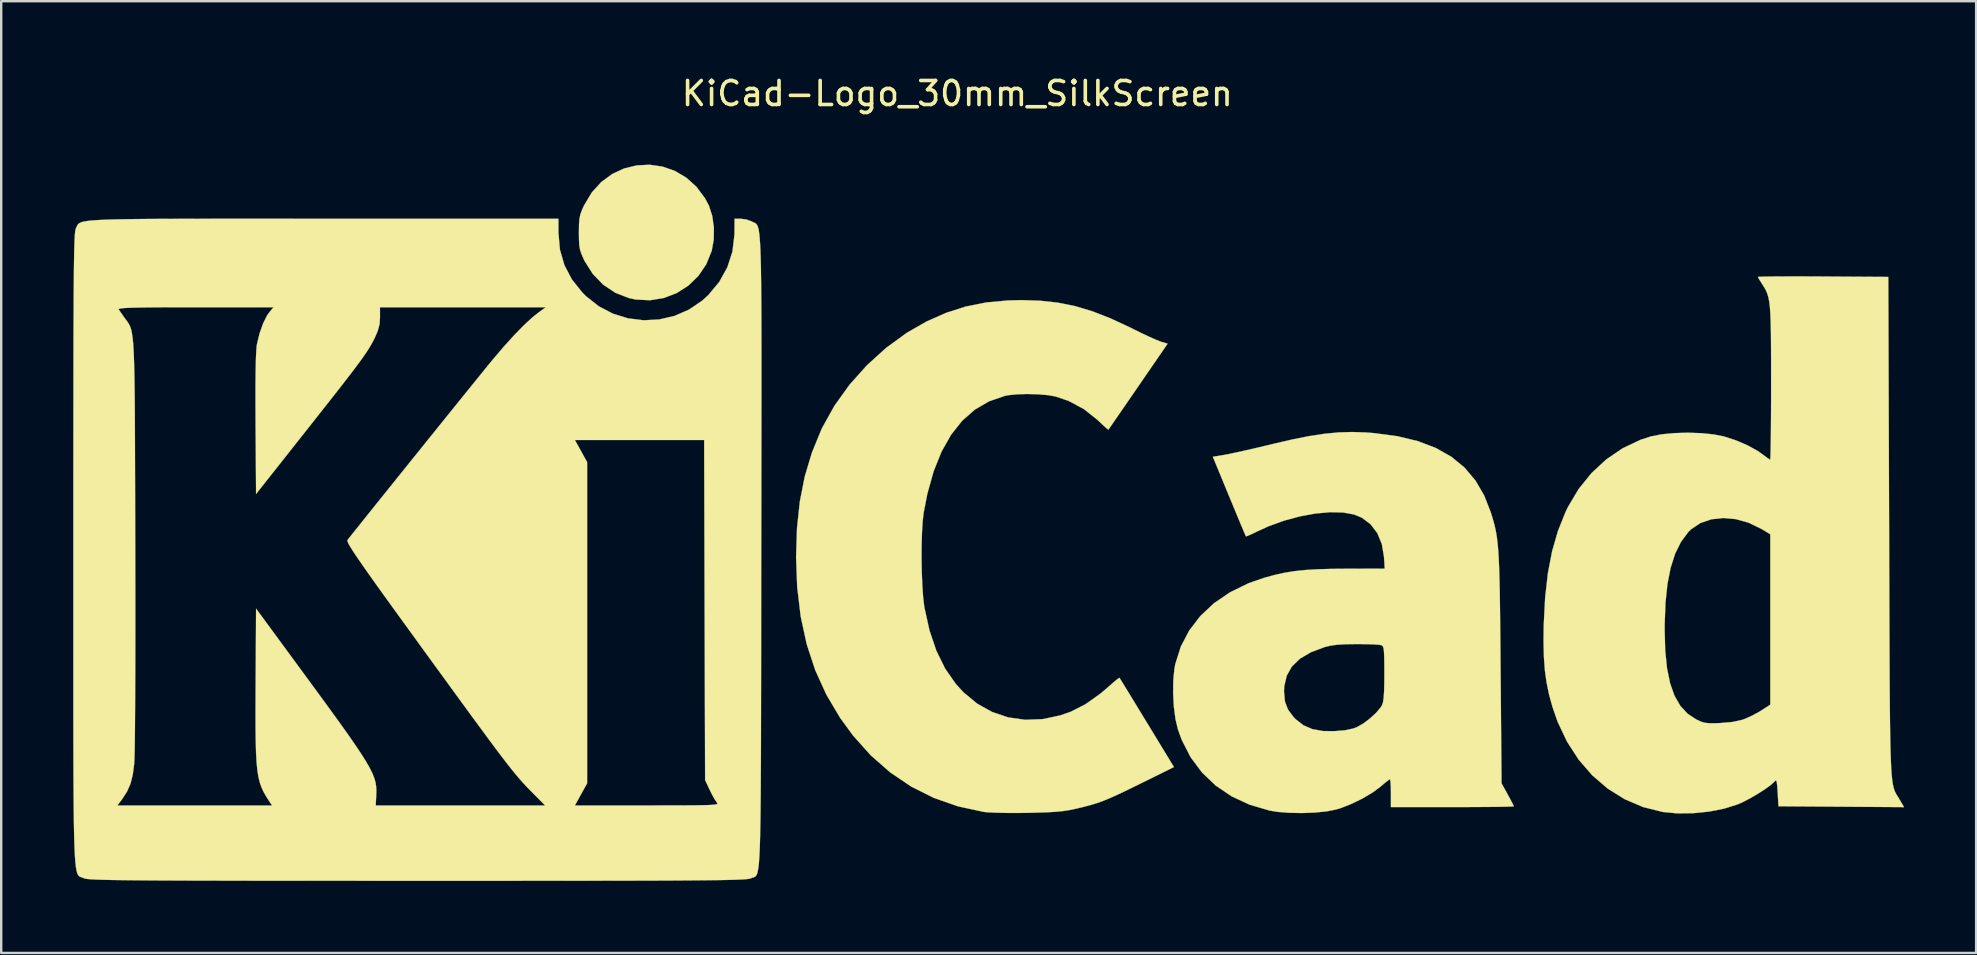
<source format=kicad_pcb>
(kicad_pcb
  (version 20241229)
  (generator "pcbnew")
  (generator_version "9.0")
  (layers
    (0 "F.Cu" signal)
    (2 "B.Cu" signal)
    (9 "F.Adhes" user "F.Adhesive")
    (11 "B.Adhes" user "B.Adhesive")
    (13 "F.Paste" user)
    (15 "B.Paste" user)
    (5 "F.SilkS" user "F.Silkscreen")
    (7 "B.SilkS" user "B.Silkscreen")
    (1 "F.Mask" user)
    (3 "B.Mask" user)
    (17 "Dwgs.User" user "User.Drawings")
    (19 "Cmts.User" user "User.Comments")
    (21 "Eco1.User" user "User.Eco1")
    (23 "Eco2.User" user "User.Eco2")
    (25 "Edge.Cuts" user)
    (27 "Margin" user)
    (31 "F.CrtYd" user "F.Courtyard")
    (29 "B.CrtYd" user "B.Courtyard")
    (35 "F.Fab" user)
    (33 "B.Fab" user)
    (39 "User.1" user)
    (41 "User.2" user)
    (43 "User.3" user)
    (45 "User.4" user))
  (footprint "KiCad-Logo_30mm_SilkScreen"
    (layer "F.Cu")
    (at 38.106 18.628)
    (property "Reference" "KiCad-Logo_30mm_SilkScreen" (at -1.27 -17.78 0) (layer "F.SilkS") (effects (font (size 1 1) (thickness 0.15))))
    (attr exclude_from_pos_files exclude_from_bom)
    (fp_poly (pts (xy -13.557 -14.738) (xy -13.044 -14.56) (xy -12.567 -14.28) (xy -12.141 -13.898) (xy -11.781 -13.415) (xy -11.619 -13.11) (xy -11.48 -12.683) (xy -11.412 -12.191) (xy -11.419 -11.684) (xy -11.503 -11.226) (xy -11.73 -10.665) (xy -12.061 -10.179) (xy -12.477 -9.777) (xy -12.961 -9.468) (xy -13.499 -9.262) (xy -14.071 -9.168) (xy -14.662 -9.197) (xy -14.953 -9.259) (xy -15.521 -9.48) (xy -16.025 -9.817) (xy -16.454 -10.26) (xy -16.795 -10.798) (xy -16.823 -10.856) (xy -16.923 -11.077) (xy -16.986 -11.263) (xy -17.02 -11.459) (xy -17.033 -11.71) (xy -17.036 -11.983) (xy -17.032 -12.311) (xy -17.015 -12.549) (xy -16.976 -12.741) (xy -16.906 -12.933) (xy -16.82 -13.122) (xy -16.498 -13.66) (xy -16.103 -14.095) (xy -15.648 -14.428) (xy -15.151 -14.659) (xy -14.626 -14.787) (xy -14.09 -14.814) (xy -13.557 -14.738)) (stroke (width 0.01) (type solid)) (fill yes) (layer "F.SilkS"))
    (fp_poly (pts (xy 2.188 -9.148) (xy 2.924 -9.067) (xy 3.638 -8.923) (xy 4.357 -8.708) (xy 5.111 -8.414) (xy 5.93 -8.033) (xy 6.078 -7.959) (xy 6.416 -7.793) (xy 6.735 -7.643) (xy 7.003 -7.524) (xy 7.189 -7.45) (xy 7.218 -7.44) (xy 7.492 -7.358) (xy 6.265 -5.574) (xy 5.966 -5.138) (xy 5.691 -4.739) (xy 5.452 -4.392) (xy 5.257 -4.11) (xy 5.116 -3.905) (xy 5.038 -3.793) (xy 5.026 -3.775) (xy 4.974 -3.812) (xy 4.847 -3.924) (xy 4.668 -4.091) (xy 4.569 -4.185) (xy 4.007 -4.631) (xy 3.377 -4.97) (xy 2.834 -5.156) (xy 2.508 -5.215) (xy 2.099 -5.25) (xy 1.657 -5.262) (xy 1.228 -5.25) (xy 0.861 -5.213) (xy 0.715 -5.185) (xy 0.055 -4.958) (xy -0.539 -4.612) (xy -1.068 -4.146) (xy -1.53 -3.563) (xy -1.927 -2.861) (xy -2.256 -2.043) (xy -2.517 -1.108) (xy -2.673 -0.307) (xy -2.713 0.046) (xy -2.741 0.503) (xy -2.756 1.029) (xy -2.759 1.594) (xy -2.749 2.163) (xy -2.728 2.703) (xy -2.695 3.184) (xy -2.65 3.57) (xy -2.641 3.629) (xy -2.429 4.59) (xy -2.141 5.439) (xy -1.775 6.183) (xy -1.328 6.823) (xy -1.011 7.169) (xy -0.441 7.64) (xy 0.184 7.988) (xy 0.853 8.213) (xy 1.557 8.312) (xy 2.284 8.285) (xy 3.023 8.128) (xy 3.461 7.974) (xy 4.066 7.666) (xy 4.69 7.225) (xy 5.04 6.926) (xy 5.236 6.753) (xy 5.39 6.626) (xy 5.478 6.565) (xy 5.489 6.563) (xy 5.528 6.626) (xy 5.629 6.791) (xy 5.784 7.044) (xy 5.985 7.372) (xy 6.221 7.76) (xy 6.485 8.193) (xy 6.633 8.435) (xy 7.756 10.281) (xy 6.353 10.974) (xy 5.846 11.223) (xy 5.435 11.419) (xy 5.095 11.573) (xy 4.802 11.693) (xy 4.529 11.79) (xy 4.252 11.873) (xy 3.946 11.953) (xy 3.653 12.022) (xy 3.392 12.076) (xy 3.12 12.117) (xy 2.808 12.147) (xy 2.429 12.168) (xy 1.957 12.183) (xy 1.639 12.189) (xy 1.185 12.194) (xy 0.749 12.192) (xy 0.361 12.183) (xy 0.049 12.17) (xy -0.157 12.152) (xy -0.169 12.15) (xy -1.242 11.918) (xy -2.249 11.566) (xy -3.19 11.095) (xy -4.066 10.504) (xy -4.875 9.794) (xy -5.617 8.965) (xy -6.154 8.228) (xy -6.726 7.263) (xy -7.189 6.245) (xy -7.544 5.164) (xy -7.794 4.013) (xy -7.941 2.783) (xy -7.987 1.534) (xy -7.949 0.327) (xy -7.83 -0.788) (xy -7.625 -1.828) (xy -7.33 -2.812) (xy -6.943 -3.759) (xy -6.897 -3.857) (xy -6.387 -4.774) (xy -5.761 -5.647) (xy -5.037 -6.457) (xy -4.232 -7.187) (xy -3.364 -7.818) (xy -2.555 -8.281) (xy -1.738 -8.643) (xy -0.919 -8.906) (xy -0.066 -9.076) (xy 0.851 -9.16) (xy 1.4 -9.173) (xy 2.188 -9.148)) (stroke (width 0.01) (type solid)) (fill yes) (layer "F.SilkS"))
    (fp_poly (pts (xy 34.027 -10.161) (xy 34.608 -10.159) (xy 34.806 -10.157) (xy 37.52 -10.14) (xy 37.554 0.273) (xy 37.558 1.685) (xy 37.562 2.967) (xy 37.566 4.126) (xy 37.57 5.168) (xy 37.574 6.1) (xy 37.578 6.929) (xy 37.584 7.661) (xy 37.59 8.303) (xy 37.598 8.861) (xy 37.607 9.342) (xy 37.618 9.753) (xy 37.631 10.101) (xy 37.646 10.392) (xy 37.664 10.632) (xy 37.685 10.828) (xy 37.709 10.988) (xy 37.736 11.117) (xy 37.766 11.222) (xy 37.801 11.31) (xy 37.84 11.388) (xy 37.883 11.462) (xy 37.931 11.538) (xy 37.983 11.624) (xy 37.994 11.642) (xy 38.175 11.951) (xy 35.56 11.933) (xy 32.945 11.915) (xy 32.911 11.34) (xy 32.892 11.065) (xy 32.873 10.905) (xy 32.847 10.842) (xy 32.807 10.855) (xy 32.774 10.891) (xy 32.63 11.024) (xy 32.396 11.195) (xy 32.105 11.383) (xy 31.788 11.568) (xy 31.481 11.73) (xy 31.244 11.836) (xy 30.691 12.011) (xy 30.056 12.136) (xy 29.386 12.204) (xy 28.728 12.211) (xy 28.129 12.154) (xy 28.12 12.152) (xy 27.301 11.947) (xy 26.534 11.619) (xy 25.827 11.177) (xy 25.187 10.627) (xy 24.622 9.976) (xy 24.139 9.231) (xy 23.745 8.4) (xy 23.53 7.784) (xy 23.388 7.269) (xy 23.284 6.77) (xy 23.212 6.257) (xy 23.171 5.699) (xy 23.156 5.068) (xy 23.162 4.552) (xy 28.201 4.552) (xy 28.225 5.417) (xy 28.3 6.161) (xy 28.429 6.791) (xy 28.614 7.314) (xy 28.857 7.735) (xy 29.161 8.062) (xy 29.511 8.293) (xy 29.694 8.38) (xy 29.852 8.432) (xy 30.029 8.455) (xy 30.266 8.457) (xy 30.521 8.448) (xy 31.023 8.404) (xy 31.42 8.317) (xy 31.545 8.274) (xy 31.83 8.145) (xy 32.131 7.984) (xy 32.262 7.903) (xy 32.603 7.68) (xy 32.603 0.582) (xy 32.228 0.357) (xy 31.704 0.102) (xy 31.169 -0.048) (xy 30.642 -0.096) (xy 30.143 -0.041) (xy 29.691 0.115) (xy 29.307 0.372) (xy 29.182 0.495) (xy 28.883 0.898) (xy 28.641 1.386) (xy 28.454 1.968) (xy 28.319 2.651) (xy 28.236 3.444) (xy 28.202 4.355) (xy 28.201 4.552) (xy 23.162 4.552) (xy 23.165 4.337) (xy 23.223 3.213) (xy 23.338 2.199) (xy 23.515 1.281) (xy 23.757 0.443) (xy 24.065 -0.329) (xy 24.175 -0.558) (xy 24.619 -1.304) (xy 25.155 -1.967) (xy 25.771 -2.537) (xy 26.454 -3.002) (xy 27.191 -3.352) (xy 27.634 -3.496) (xy 28.068 -3.581) (xy 28.591 -3.632) (xy 29.158 -3.649) (xy 29.725 -3.63) (xy 30.25 -3.577) (xy 30.671 -3.494) (xy 31.172 -3.331) (xy 31.658 -3.122) (xy 32.083 -2.887) (xy 32.309 -2.727) (xy 32.465 -2.609) (xy 32.575 -2.537) (xy 32.599 -2.526) (xy 32.607 -2.592) (xy 32.614 -2.782) (xy 32.621 -3.081) (xy 32.627 -3.476) (xy 32.631 -3.955) (xy 32.635 -4.504) (xy 32.637 -5.108) (xy 32.638 -5.725) (xy 32.637 -6.514) (xy 32.635 -7.179) (xy 32.631 -7.733) (xy 32.622 -8.189) (xy 32.609 -8.559) (xy 32.589 -8.857) (xy 32.562 -9.094) (xy 32.526 -9.283) (xy 32.481 -9.438) (xy 32.426 -9.571) (xy 32.358 -9.695) (xy 32.277 -9.822) (xy 32.267 -9.837) (xy 32.163 -10.002) (xy 32.1 -10.115) (xy 32.091 -10.139) (xy 32.157 -10.146) (xy 32.345 -10.152) (xy 32.641 -10.157) (xy 33.029 -10.16) (xy 33.496 -10.161) (xy 34.027 -10.161)) (stroke (width 0.01) (type solid)) (fill yes) (layer "F.SilkS"))
    (fp_poly (pts (xy 15.752 -3.659) (xy 16.091 -3.633) (xy 17.059 -3.505) (xy 17.916 -3.299) (xy 18.666 -3.014) (xy 19.315 -2.647) (xy 19.865 -2.195) (xy 20.321 -1.655) (xy 20.687 -1.024) (xy 20.954 -0.341) (xy 21.022 -0.124) (xy 21.081 0.08) (xy 21.132 0.281) (xy 21.176 0.49) (xy 21.213 0.719) (xy 21.244 0.977) (xy 21.27 1.277) (xy 21.291 1.628) (xy 21.308 2.042) (xy 21.322 2.531) (xy 21.334 3.104) (xy 21.343 3.774) (xy 21.352 4.55) (xy 21.36 5.444) (xy 21.366 6.145) (xy 21.406 10.959) (xy 21.662 11.422) (xy 21.783 11.645) (xy 21.873 11.819) (xy 21.916 11.911) (xy 21.918 11.917) (xy 21.852 11.924) (xy 21.665 11.931) (xy 21.37 11.937) (xy 20.985 11.942) (xy 20.522 11.945) (xy 19.997 11.948) (xy 19.425 11.949) (xy 19.357 11.949) (xy 16.797 11.949) (xy 16.797 11.369) (xy 16.792 11.106) (xy 16.781 10.906) (xy 16.764 10.798) (xy 16.757 10.788) (xy 16.689 10.83) (xy 16.549 10.939) (xy 16.368 11.093) (xy 16.364 11.097) (xy 16.033 11.343) (xy 15.615 11.59) (xy 15.158 11.814) (xy 14.708 11.991) (xy 14.509 12.051) (xy 14.115 12.128) (xy 13.631 12.177) (xy 13.102 12.197) (xy 12.572 12.188) (xy 12.085 12.15) (xy 11.744 12.095) (xy 10.909 11.849) (xy 10.157 11.5) (xy 9.493 11.05) (xy 8.922 10.505) (xy 8.449 9.868) (xy 8.079 9.145) (xy 7.92 8.706) (xy 7.82 8.279) (xy 7.753 7.767) (xy 7.723 7.216) (xy 7.724 7.136) (xy 12.342 7.136) (xy 12.38 7.545) (xy 12.507 7.885) (xy 12.743 8.201) (xy 12.834 8.293) (xy 13.155 8.543) (xy 13.527 8.703) (xy 13.973 8.781) (xy 14.442 8.786) (xy 14.887 8.749) (xy 15.228 8.675) (xy 15.376 8.62) (xy 15.642 8.469) (xy 15.925 8.256) (xy 16.183 8.018) (xy 16.375 7.789) (xy 16.426 7.705) (xy 16.466 7.588) (xy 16.494 7.401) (xy 16.513 7.126) (xy 16.522 6.747) (xy 16.524 6.385) (xy 16.522 5.964) (xy 16.517 5.659) (xy 16.506 5.452) (xy 16.487 5.321) (xy 16.458 5.247) (xy 16.417 5.21) (xy 16.404 5.204) (xy 16.294 5.186) (xy 16.077 5.171) (xy 15.781 5.161) (xy 15.438 5.157) (xy 15.363 5.157) (xy 14.903 5.164) (xy 14.549 5.186) (xy 14.266 5.225) (xy 14.034 5.283) (xy 13.456 5.501) (xy 13.002 5.77) (xy 12.67 6.093) (xy 12.455 6.475) (xy 12.352 6.92) (xy 12.342 7.136) (xy 7.724 7.136) (xy 7.729 6.675) (xy 7.776 6.189) (xy 7.812 5.993) (xy 8.042 5.265) (xy 8.392 4.595) (xy 8.855 3.99) (xy 9.424 3.456) (xy 10.094 2.999) (xy 10.857 2.626) (xy 11.505 2.399) (xy 11.939 2.28) (xy 12.353 2.188) (xy 12.776 2.119) (xy 13.233 2.071) (xy 13.752 2.04) (xy 14.36 2.023) (xy 14.91 2.019) (xy 16.539 2.014) (xy 16.508 1.524) (xy 16.419 0.993) (xy 16.231 0.536) (xy 15.95 0.166) (xy 15.586 -0.108) (xy 15.265 -0.241) (xy 14.806 -0.325) (xy 14.258 -0.337) (xy 13.65 -0.282) (xy 13.004 -0.163) (xy 12.348 0.014) (xy 11.708 0.245) (xy 11.242 0.457) (xy 11.018 0.566) (xy 10.847 0.641) (xy 10.76 0.671) (xy 10.756 0.67) (xy 10.726 0.604) (xy 10.651 0.428) (xy 10.538 0.16) (xy 10.394 -0.185) (xy 10.227 -0.588) (xy 10.057 -0.999) (xy 9.377 -2.647) (xy 9.861 -2.726) (xy 10.07 -2.766) (xy 10.385 -2.833) (xy 10.779 -2.921) (xy 11.224 -3.024) (xy 11.694 -3.135) (xy 11.881 -3.181) (xy 12.69 -3.368) (xy 13.398 -3.509) (xy 14.032 -3.606) (xy 14.618 -3.661) (xy 15.183 -3.678) (xy 15.752 -3.659)) (stroke (width 0.01) (type solid)) (fill yes) (layer "F.SilkS"))
    (fp_poly (pts (xy -29.619 -12.564) (xy -28.303 -12.563) (xy -27.691 -12.563) (xy -17.889 -12.563) (xy -17.889 -11.986) (xy -17.828 -11.283) (xy -17.641 -10.634) (xy -17.329 -10.036) (xy -16.889 -9.486) (xy -16.74 -9.337) (xy -16.205 -8.915) (xy -15.614 -8.607) (xy -14.986 -8.414) (xy -14.338 -8.334) (xy -13.688 -8.368) (xy -13.053 -8.516) (xy -12.451 -8.777) (xy -11.899 -9.152) (xy -11.651 -9.377) (xy -11.189 -9.932) (xy -10.851 -10.541) (xy -10.638 -11.198) (xy -10.555 -11.897) (xy -10.554 -11.966) (xy -10.549 -12.563) (xy -10.287 -12.563) (xy -10.054 -12.532) (xy -9.841 -12.455) (xy -9.827 -12.447) (xy -9.779 -12.422) (xy -9.735 -12.403) (xy -9.694 -12.383) (xy -9.658 -12.358) (xy -9.624 -12.321) (xy -9.594 -12.267) (xy -9.567 -12.19) (xy -9.543 -12.085) (xy -9.522 -11.946) (xy -9.504 -11.767) (xy -9.488 -11.543) (xy -9.474 -11.267) (xy -9.463 -10.935) (xy -9.453 -10.541) (xy -9.446 -10.078) (xy -9.44 -9.542) (xy -9.435 -8.927) (xy -9.432 -8.226) (xy -9.431 -7.435) (xy -9.43 -6.548) (xy -9.43 -5.558) (xy -9.431 -4.461) (xy -9.432 -3.251) (xy -9.434 -1.922) (xy -9.436 -0.468) (xy -9.439 1.116) (xy -9.439 1.309) (xy -9.441 2.903) (xy -9.443 4.366) (xy -9.444 5.704) (xy -9.446 6.923) (xy -9.448 8.027) (xy -9.45 9.023) (xy -9.453 9.917) (xy -9.457 10.714) (xy -9.461 11.419) (xy -9.467 12.038) (xy -9.474 12.578) (xy -9.483 13.043) (xy -9.493 13.44) (xy -9.505 13.773) (xy -9.52 14.049) (xy -9.536 14.273) (xy -9.555 14.451) (xy -9.577 14.589) (xy -9.601 14.692) (xy -9.628 14.766) (xy -9.659 14.816) (xy -9.692 14.849) (xy -9.73 14.869) (xy -9.771 14.883) (xy -9.815 14.896) (xy -9.864 14.914) (xy -9.876 14.919) (xy -9.914 14.931) (xy -9.976 14.942) (xy -10.07 14.953) (xy -10.2 14.962) (xy -10.371 14.97) (xy -10.59 14.978) (xy -10.861 14.985) (xy -11.19 14.991) (xy -11.584 14.996) (xy -12.046 15.001) (xy -12.582 15.005) (xy -13.199 15.009) (xy -13.902 15.012) (xy -14.695 15.014) (xy -15.585 15.016) (xy -16.577 15.017) (xy -17.676 15.019) (xy -18.889 15.019) (xy -20.22 15.02) (xy -21.674 15.02) (xy -23.258 15.02) (xy -23.772 15.02) (xy -25.391 15.02) (xy -26.879 15.019) (xy -28.242 15.019) (xy -29.485 15.018) (xy -30.613 15.017) (xy -31.633 15.015) (xy -32.549 15.013) (xy -33.368 15.011) (xy -34.094 15.008) (xy -34.734 15.005) (xy -35.293 15.001) (xy -35.776 14.996) (xy -36.189 14.991) (xy -36.538 14.986) (xy -36.828 14.979) (xy -37.064 14.972) (xy -37.253 14.964) (xy -37.399 14.955) (xy -37.508 14.945) (xy -37.587 14.934) (xy -37.64 14.922) (xy -37.668 14.911) (xy -37.72 14.89) (xy -37.766 14.874) (xy -37.809 14.858) (xy -37.849 14.836) (xy -37.884 14.804) (xy -37.916 14.754) (xy -37.945 14.682) (xy -37.97 14.581) (xy -37.993 14.447) (xy -38.013 14.273) (xy -38.03 14.054) (xy -38.045 13.784) (xy -38.058 13.458) (xy -38.068 13.069) (xy -38.077 12.613) (xy -38.084 12.084) (xy -38.086 11.881) (xy -36.263 11.881) (xy -29.822 11.881) (xy -29.946 11.693) (xy -30.07 11.5) (xy -30.174 11.316) (xy -30.261 11.129) (xy -30.332 10.925) (xy -30.389 10.692) (xy -30.433 10.416) (xy -30.465 10.086) (xy -30.487 9.687) (xy -30.501 9.208) (xy -30.508 8.635) (xy -30.509 7.955) (xy -30.506 7.156) (xy -30.505 6.86) (xy -30.487 3.68) (xy -28.473 6.423) (xy -27.902 7.2) (xy -27.408 7.878) (xy -26.984 8.464) (xy -26.626 8.967) (xy -26.329 9.397) (xy -26.086 9.762) (xy -25.893 10.071) (xy -25.744 10.334) (xy -25.633 10.559) (xy -25.557 10.755) (xy -25.508 10.931) (xy -25.483 11.097) (xy -25.475 11.261) (xy -25.479 11.432) (xy -25.48 11.453) (xy -25.502 11.881) (xy -21.973 11.881) (xy -18.444 11.881) (xy -18.969 11.351) (xy -19.111 11.206) (xy -19.246 11.066) (xy -19.38 10.921) (xy -19.519 10.764) (xy -19.667 10.589) (xy -19.833 10.386) (xy -20.02 10.148) (xy -20.236 9.867) (xy -20.486 9.536) (xy -20.776 9.147) (xy -21.112 8.691) (xy -21.501 8.162) (xy -21.947 7.551) (xy -22.457 6.851) (xy -23.037 6.054) (xy -23.512 5.4) (xy -24.108 4.578) (xy -24.629 3.86) (xy -25.078 3.238) (xy -25.46 2.706) (xy -25.78 2.256) (xy -26.043 1.882) (xy -26.253 1.578) (xy -26.416 1.336) (xy -26.535 1.149) (xy -26.616 1.011) (xy -26.663 0.915) (xy -26.682 0.854) (xy -26.676 0.822) (xy -26.61 0.736) (xy -26.466 0.555) (xy -26.254 0.29) (xy -25.982 -0.05) (xy -25.66 -0.453) (xy -25.294 -0.908) (xy -24.895 -1.405) (xy -24.47 -1.933) (xy -24.029 -2.482) (xy -23.58 -3.039) (xy -23.334 -3.346) (xy -17.204 -3.346) (xy -16.949 -2.885) (xy -16.694 -2.424) (xy -16.694 10.959) (xy -16.949 11.42) (xy -17.204 11.881) (xy -14.19 11.881) (xy -13.471 11.88) (xy -12.877 11.879) (xy -12.396 11.877) (xy -12.018 11.873) (xy -11.731 11.868) (xy -11.524 11.859) (xy -11.385 11.847) (xy -11.304 11.832) (xy -11.267 11.812) (xy -11.265 11.788) (xy -11.286 11.76) (xy -11.286 11.759) (xy -11.373 11.635) (xy -11.487 11.432) (xy -11.587 11.23) (xy -11.778 10.822) (xy -11.798 3.738) (xy -11.817 -3.346) (xy -17.204 -3.346) (xy -23.334 -3.346) (xy -23.132 -3.595) (xy -22.694 -4.14) (xy -22.273 -4.661) (xy -21.88 -5.149) (xy -21.521 -5.592) (xy -21.207 -5.98) (xy -20.946 -6.302) (xy -20.746 -6.548) (xy -20.628 -6.691) (xy -20.172 -7.227) (xy -19.734 -7.71) (xy -19.328 -8.126) (xy -18.97 -8.457) (xy -18.715 -8.66) (xy -18.415 -8.876) (xy -25.325 -8.876) (xy -25.323 -8.471) (xy -25.342 -8.173) (xy -25.415 -7.896) (xy -25.527 -7.634) (xy -25.6 -7.486) (xy -25.679 -7.34) (xy -25.77 -7.185) (xy -25.881 -7.012) (xy -26.019 -6.811) (xy -26.191 -6.572) (xy -26.405 -6.286) (xy -26.667 -5.943) (xy -26.985 -5.533) (xy -27.366 -5.047) (xy -27.817 -4.475) (xy -28.345 -3.806) (xy -28.404 -3.731) (xy -30.487 -1.097) (xy -30.507 -4.014) (xy -30.511 -4.887) (xy -30.51 -5.627) (xy -30.504 -6.235) (xy -30.494 -6.714) (xy -30.478 -7.066) (xy -30.457 -7.294) (xy -30.45 -7.337) (xy -30.339 -7.792) (xy -30.194 -8.203) (xy -30.029 -8.533) (xy -29.929 -8.673) (xy -29.758 -8.876) (xy -33.011 -8.876) (xy -33.787 -8.876) (xy -34.436 -8.874) (xy -34.968 -8.87) (xy -35.391 -8.864) (xy -35.715 -8.856) (xy -35.95 -8.845) (xy -36.106 -8.831) (xy -36.191 -8.815) (xy -36.215 -8.795) (xy -36.213 -8.791) (xy -36.144 -8.687) (xy -36.029 -8.522) (xy -35.969 -8.438) (xy -35.908 -8.355) (xy -35.852 -8.281) (xy -35.803 -8.208) (xy -35.759 -8.129) (xy -35.72 -8.037) (xy -35.686 -7.924) (xy -35.657 -7.784) (xy -35.632 -7.608) (xy -35.61 -7.39) (xy -35.592 -7.122) (xy -35.577 -6.797) (xy -35.565 -6.408) (xy -35.555 -5.947) (xy -35.547 -5.406) (xy -35.541 -4.779) (xy -35.536 -4.058) (xy -35.533 -3.236) (xy -35.53 -2.306) (xy -35.527 -1.26) (xy -35.524 -0.091) (xy -35.521 0.983) (xy -35.519 2.181) (xy -35.517 3.323) (xy -35.517 4.404) (xy -35.518 5.414) (xy -35.52 6.348) (xy -35.524 7.198) (xy -35.528 7.956) (xy -35.533 8.615) (xy -35.539 9.169) (xy -35.546 9.609) (xy -35.554 9.928) (xy -35.563 10.12) (xy -35.564 10.14) (xy -35.625 10.604) (xy -35.719 10.977) (xy -35.863 11.302) (xy -36.071 11.624) (xy -36.097 11.659) (xy -36.263 11.881) (xy -38.086 11.881) (xy -38.089 11.475) (xy -38.094 10.782) (xy -38.097 9.999) (xy -38.099 9.119) (xy -38.1 8.138) (xy -38.1 7.05) (xy -38.101 5.848) (xy -38.1 4.529) (xy -38.1 3.085) (xy -38.1 1.511) (xy -38.1 1.198) (xy -38.1 -0.392) (xy -38.1 -1.852) (xy -38.099 -3.186) (xy -38.098 -4.4) (xy -38.097 -5.5) (xy -38.095 -6.492) (xy -38.094 -7.381) (xy -38.091 -8.172) (xy -38.088 -8.872) (xy -38.085 -9.486) (xy -38.08 -10.019) (xy -38.076 -10.477) (xy -38.07 -10.866) (xy -38.064 -11.191) (xy -38.057 -11.458) (xy -38.049 -11.673) (xy -38.041 -11.841) (xy -38.031 -11.967) (xy -38.021 -12.058) (xy -38.009 -12.119) (xy -37.997 -12.155) (xy -37.996 -12.156) (xy -37.971 -12.211) (xy -37.949 -12.262) (xy -37.926 -12.307) (xy -37.893 -12.347) (xy -37.845 -12.383) (xy -37.775 -12.415) (xy -37.677 -12.443) (xy -37.543 -12.467) (xy -37.368 -12.488) (xy -37.144 -12.505) (xy -36.866 -12.52) (xy -36.526 -12.532) (xy -36.118 -12.541) (xy -35.635 -12.549) (xy -35.072 -12.555) (xy -34.421 -12.559) (xy -33.675 -12.561) (xy -32.829 -12.563) (xy -31.875 -12.564) (xy -30.807 -12.564) (xy -29.619 -12.564)) (stroke (width 0.01) (type solid)) (fill yes) (layer "F.SilkS")))
  (gr_rect
    (start -3 -3)
    (end 79.286 36.653)
    (stroke (width 0.1) (type default))
    (fill no)
    (layer "Edge.Cuts")))
</source>
